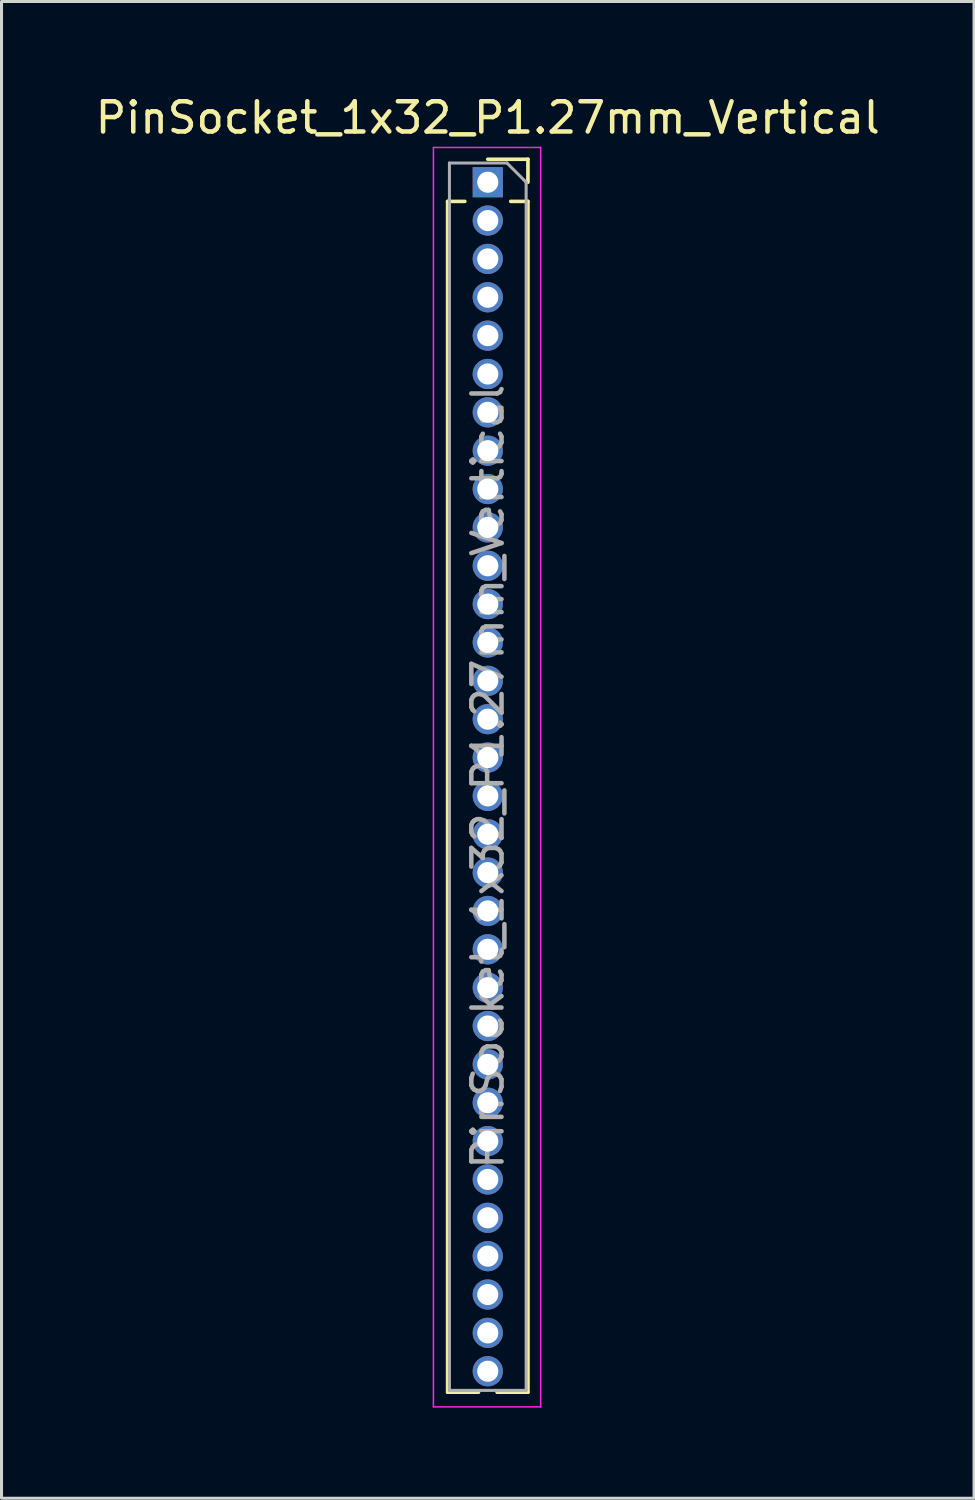
<source format=kicad_pcb>
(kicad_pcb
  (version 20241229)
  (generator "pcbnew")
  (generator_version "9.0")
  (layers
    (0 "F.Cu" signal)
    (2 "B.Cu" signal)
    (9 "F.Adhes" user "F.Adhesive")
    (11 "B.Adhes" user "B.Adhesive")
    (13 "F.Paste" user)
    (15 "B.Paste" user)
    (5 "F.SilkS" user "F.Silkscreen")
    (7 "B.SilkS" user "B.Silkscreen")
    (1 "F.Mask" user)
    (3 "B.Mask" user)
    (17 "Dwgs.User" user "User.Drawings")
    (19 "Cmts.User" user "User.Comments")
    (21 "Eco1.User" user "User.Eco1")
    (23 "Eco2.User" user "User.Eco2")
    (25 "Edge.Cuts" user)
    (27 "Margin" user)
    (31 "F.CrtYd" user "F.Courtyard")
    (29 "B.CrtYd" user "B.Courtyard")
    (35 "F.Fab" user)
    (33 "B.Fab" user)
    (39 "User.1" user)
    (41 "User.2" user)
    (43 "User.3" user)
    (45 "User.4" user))
  (footprint "PinSocket_1x32_P1.27mm_Vertical"
    (layer "F.Cu")
    (at 13.101 2.983)
    (property "Reference" "PinSocket_1x32_P1.27mm_Vertical" (at 0 -2.135 0) (layer "F.SilkS") (effects (font (size 1 1) (thickness 0.15))))
    (attr through_hole)
    (fp_line (start -1.33 0.635) (end -1.33 40.065) (stroke (width 0.12) (type solid)) (layer "F.SilkS"))
    (fp_line (start -1.33 0.635) (end -0.76 0.635) (stroke (width 0.12) (type solid)) (layer "F.SilkS"))
    (fp_line (start -1.33 40.065) (end -0.308 40.065) (stroke (width 0.12) (type solid)) (layer "F.SilkS"))
    (fp_line (start 0 -0.76) (end 1.33 -0.76) (stroke (width 0.12) (type solid)) (layer "F.SilkS"))
    (fp_line (start 0.308 40.065) (end 1.33 40.065) (stroke (width 0.12) (type solid)) (layer "F.SilkS"))
    (fp_line (start 0.76 0.635) (end 1.33 0.635) (stroke (width 0.12) (type solid)) (layer "F.SilkS"))
    (fp_line (start 1.33 -0.76) (end 1.33 0) (stroke (width 0.12) (type solid)) (layer "F.SilkS"))
    (fp_line (start 1.33 0.635) (end 1.33 40.065) (stroke (width 0.12) (type solid)) (layer "F.SilkS"))
    (fp_line (start -1.8 -1.15) (end 1.75 -1.15) (stroke (width 0.05) (type solid)) (layer "F.CrtYd"))
    (fp_line (start -1.8 40.55) (end -1.8 -1.15) (stroke (width 0.05) (type solid)) (layer "F.CrtYd"))
    (fp_line (start 1.75 -1.15) (end 1.75 40.55) (stroke (width 0.05) (type solid)) (layer "F.CrtYd"))
    (fp_line (start 1.75 40.55) (end -1.8 40.55) (stroke (width 0.05) (type solid)) (layer "F.CrtYd"))
    (fp_line (start -1.27 -0.635) (end 0.635 -0.635) (stroke (width 0.1) (type solid)) (layer "F.Fab"))
    (fp_line (start -1.27 40.005) (end -1.27 -0.635) (stroke (width 0.1) (type solid)) (layer "F.Fab"))
    (fp_line (start 0.635 -0.635) (end 1.27 0) (stroke (width 0.1) (type solid)) (layer "F.Fab"))
    (fp_line (start 1.27 0) (end 1.27 40.005) (stroke (width 0.1) (type solid)) (layer "F.Fab"))
    (fp_line (start 1.27 40.005) (end -1.27 40.005) (stroke (width 0.1) (type solid)) (layer "F.Fab"))
    (fp_text user "${REFERENCE}" (at 0 19.685 90) (layer "F.Fab") (effects (font (size 1 1) (thickness 0.15))))
    (pad "1" thru_hole rect (at 0 0) (size 1 1) (drill 0.7) (layers "*.Cu" "*.Mask"))
    (pad "2" thru_hole circle (at 0 1.27) (size 1 1) (drill 0.7) (layers "*.Cu" "*.Mask"))
    (pad "3" thru_hole circle (at 0 2.54) (size 1 1) (drill 0.7) (layers "*.Cu" "*.Mask"))
    (pad "4" thru_hole circle (at 0 3.81) (size 1 1) (drill 0.7) (layers "*.Cu" "*.Mask"))
    (pad "5" thru_hole circle (at 0 5.08) (size 1 1) (drill 0.7) (layers "*.Cu" "*.Mask"))
    (pad "6" thru_hole circle (at 0 6.35) (size 1 1) (drill 0.7) (layers "*.Cu" "*.Mask"))
    (pad "7" thru_hole circle (at 0 7.62) (size 1 1) (drill 0.7) (layers "*.Cu" "*.Mask"))
    (pad "8" thru_hole circle (at 0 8.89) (size 1 1) (drill 0.7) (layers "*.Cu" "*.Mask"))
    (pad "9" thru_hole circle (at 0 10.16) (size 1 1) (drill 0.7) (layers "*.Cu" "*.Mask"))
    (pad "10" thru_hole circle (at 0 11.43) (size 1 1) (drill 0.7) (layers "*.Cu" "*.Mask"))
    (pad "11" thru_hole circle (at 0 12.7) (size 1 1) (drill 0.7) (layers "*.Cu" "*.Mask"))
    (pad "12" thru_hole circle (at 0 13.97) (size 1 1) (drill 0.7) (layers "*.Cu" "*.Mask"))
    (pad "13" thru_hole circle (at 0 15.24) (size 1 1) (drill 0.7) (layers "*.Cu" "*.Mask"))
    (pad "14" thru_hole circle (at 0 16.51) (size 1 1) (drill 0.7) (layers "*.Cu" "*.Mask"))
    (pad "15" thru_hole circle (at 0 17.78) (size 1 1) (drill 0.7) (layers "*.Cu" "*.Mask"))
    (pad "16" thru_hole circle (at 0 19.05) (size 1 1) (drill 0.7) (layers "*.Cu" "*.Mask"))
    (pad "17" thru_hole circle (at 0 20.32) (size 1 1) (drill 0.7) (layers "*.Cu" "*.Mask"))
    (pad "18" thru_hole circle (at 0 21.59) (size 1 1) (drill 0.7) (layers "*.Cu" "*.Mask"))
    (pad "19" thru_hole circle (at 0 22.86) (size 1 1) (drill 0.7) (layers "*.Cu" "*.Mask"))
    (pad "20" thru_hole circle (at 0 24.13) (size 1 1) (drill 0.7) (layers "*.Cu" "*.Mask"))
    (pad "21" thru_hole circle (at 0 25.4) (size 1 1) (drill 0.7) (layers "*.Cu" "*.Mask"))
    (pad "22" thru_hole circle (at 0 26.67) (size 1 1) (drill 0.7) (layers "*.Cu" "*.Mask"))
    (pad "23" thru_hole circle (at 0 27.94) (size 1 1) (drill 0.7) (layers "*.Cu" "*.Mask"))
    (pad "24" thru_hole circle (at 0 29.21) (size 1 1) (drill 0.7) (layers "*.Cu" "*.Mask"))
    (pad "25" thru_hole circle (at 0 30.48) (size 1 1) (drill 0.7) (layers "*.Cu" "*.Mask"))
    (pad "26" thru_hole circle (at 0 31.75) (size 1 1) (drill 0.7) (layers "*.Cu" "*.Mask"))
    (pad "27" thru_hole circle (at 0 33.02) (size 1 1) (drill 0.7) (layers "*.Cu" "*.Mask"))
    (pad "28" thru_hole circle (at 0 34.29) (size 1 1) (drill 0.7) (layers "*.Cu" "*.Mask"))
    (pad "29" thru_hole circle (at 0 35.56) (size 1 1) (drill 0.7) (layers "*.Cu" "*.Mask"))
    (pad "30" thru_hole circle (at 0 36.83) (size 1 1) (drill 0.7) (layers "*.Cu" "*.Mask"))
    (pad "31" thru_hole circle (at 0 38.1) (size 1 1) (drill 0.7) (layers "*.Cu" "*.Mask"))
    (pad "32" thru_hole circle (at 0 39.37) (size 1 1) (drill 0.7) (layers "*.Cu" "*.Mask")))
  (gr_rect
    (start -3 -3)
    (end 29.202 46.558)
    (stroke (width 0.1) (type default))
    (fill no)
    (layer "Edge.Cuts")))
</source>
